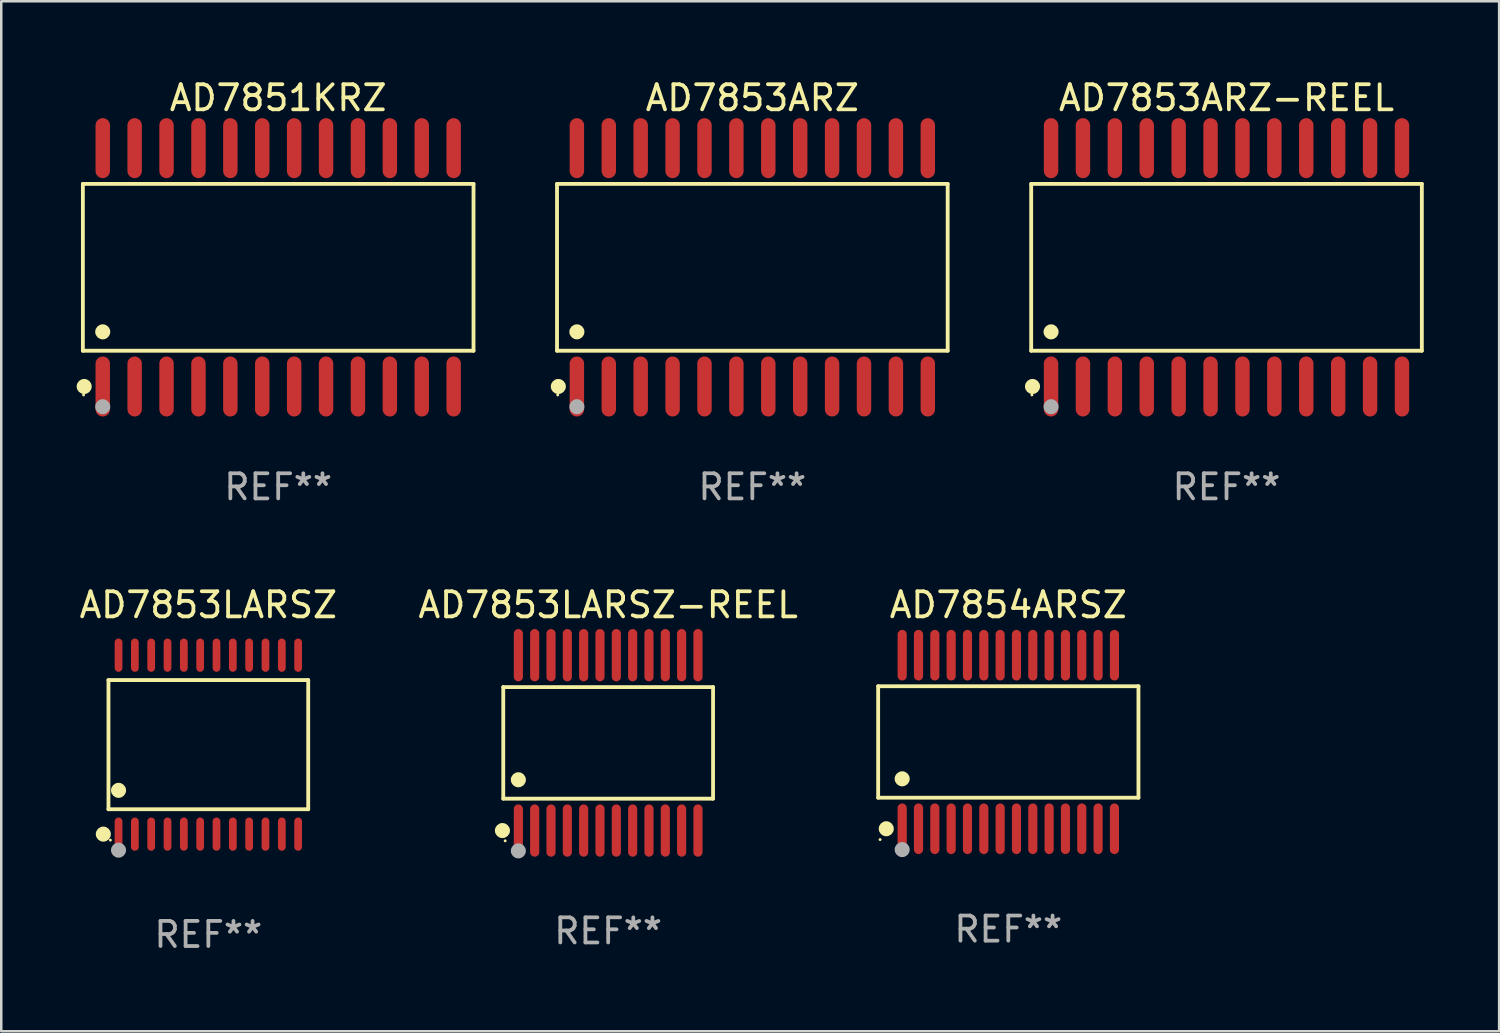
<source format=kicad_pcb>
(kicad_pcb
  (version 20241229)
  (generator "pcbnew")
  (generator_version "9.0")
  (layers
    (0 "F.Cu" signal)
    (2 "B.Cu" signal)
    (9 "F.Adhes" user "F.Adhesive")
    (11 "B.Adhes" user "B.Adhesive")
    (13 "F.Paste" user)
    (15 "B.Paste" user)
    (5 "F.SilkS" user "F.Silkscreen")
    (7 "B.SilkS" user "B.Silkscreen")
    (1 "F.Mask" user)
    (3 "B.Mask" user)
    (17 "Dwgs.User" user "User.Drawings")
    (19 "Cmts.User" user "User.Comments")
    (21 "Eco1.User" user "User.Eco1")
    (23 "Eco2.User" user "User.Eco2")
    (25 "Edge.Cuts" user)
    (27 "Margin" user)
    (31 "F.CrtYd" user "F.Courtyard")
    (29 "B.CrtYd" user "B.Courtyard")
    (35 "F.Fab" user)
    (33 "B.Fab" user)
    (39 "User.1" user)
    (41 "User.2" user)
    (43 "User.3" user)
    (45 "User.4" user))
  (footprint "AD7853LARSZ"
    (layer "F.Cu")
    (at 5.244 26.595)
    (property "Reference" "AD7853LARSZ" (at 0 -5.562 0) (layer "F.SilkS") (effects (font (size 1 1) (thickness 0.15))))
    (attr through_hole)
    (fp_line (start -3.976 -2.571) (end 3.976 -2.571) (stroke (width 0.152) (type solid)) (layer "F.SilkS"))
    (fp_line (start -3.976 2.571) (end -3.976 -2.571) (stroke (width 0.152) (type solid)) (layer "F.SilkS"))
    (fp_line (start 3.976 -2.571) (end 3.976 2.571) (stroke (width 0.152) (type solid)) (layer "F.SilkS"))
    (fp_line (start 3.976 2.571) (end -3.976 2.571) (stroke (width 0.152) (type solid)) (layer "F.SilkS"))
    (fp_circle (center -4.181 3.562) (end -4.031 3.562) (stroke (width 0.3) (type solid)) (fill no) (layer "F.SilkS"))
    (fp_circle (center -3.9 3.8) (end -3.87 3.8) (stroke (width 0.06) (type solid)) (fill no) (layer "F.SilkS"))
    (fp_circle (center -3.575 1.819) (end -3.425 1.819) (stroke (width 0.3) (type solid)) (fill no) (layer "F.SilkS"))
    (fp_circle (center -3.575 4.2) (end -3.425 4.2) (stroke (width 0.3) (type solid)) (fill no) (layer "F.Fab"))
    (fp_text user "REF**" (at 0 7.562 0) (layer "F.Fab") (effects (font (size 1 1) (thickness 0.15))))
    (pad "1" smd oval (at -3.575 3.562) (size 0.308 1.324) (layers "F.Cu" "F.Mask" "F.Paste"))
    (pad "2" smd oval (at -2.925 3.562) (size 0.308 1.324) (layers "F.Cu" "F.Mask" "F.Paste"))
    (pad "3" smd oval (at -2.275 3.562) (size 0.308 1.324) (layers "F.Cu" "F.Mask" "F.Paste"))
    (pad "4" smd oval (at -1.625 3.562) (size 0.308 1.324) (layers "F.Cu" "F.Mask" "F.Paste"))
    (pad "5" smd oval (at -0.975 3.562) (size 0.308 1.324) (layers "F.Cu" "F.Mask" "F.Paste"))
    (pad "6" smd oval (at -0.325 3.562) (size 0.308 1.324) (layers "F.Cu" "F.Mask" "F.Paste"))
    (pad "7" smd oval (at 0.325 3.562) (size 0.308 1.324) (layers "F.Cu" "F.Mask" "F.Paste"))
    (pad "8" smd oval (at 0.975 3.562) (size 0.308 1.324) (layers "F.Cu" "F.Mask" "F.Paste"))
    (pad "9" smd oval (at 1.625 3.562) (size 0.308 1.324) (layers "F.Cu" "F.Mask" "F.Paste"))
    (pad "10" smd oval (at 2.275 3.562) (size 0.308 1.324) (layers "F.Cu" "F.Mask" "F.Paste"))
    (pad "11" smd oval (at 2.925 3.562) (size 0.308 1.324) (layers "F.Cu" "F.Mask" "F.Paste"))
    (pad "12" smd oval (at 3.575 3.562) (size 0.308 1.324) (layers "F.Cu" "F.Mask" "F.Paste"))
    (pad "13" smd oval (at 3.575 -3.562) (size 0.308 1.324) (layers "F.Cu" "F.Mask" "F.Paste"))
    (pad "14" smd oval (at 2.925 -3.562) (size 0.308 1.324) (layers "F.Cu" "F.Mask" "F.Paste"))
    (pad "15" smd oval (at 2.275 -3.562) (size 0.308 1.324) (layers "F.Cu" "F.Mask" "F.Paste"))
    (pad "16" smd oval (at 1.625 -3.562) (size 0.308 1.324) (layers "F.Cu" "F.Mask" "F.Paste"))
    (pad "17" smd oval (at 0.975 -3.562) (size 0.308 1.324) (layers "F.Cu" "F.Mask" "F.Paste"))
    (pad "18" smd oval (at 0.325 -3.562) (size 0.308 1.324) (layers "F.Cu" "F.Mask" "F.Paste"))
    (pad "19" smd oval (at -0.325 -3.562) (size 0.308 1.324) (layers "F.Cu" "F.Mask" "F.Paste"))
    (pad "20" smd oval (at -0.975 -3.562) (size 0.308 1.324) (layers "F.Cu" "F.Mask" "F.Paste"))
    (pad "21" smd oval (at -1.625 -3.562) (size 0.308 1.324) (layers "F.Cu" "F.Mask" "F.Paste"))
    (pad "22" smd oval (at -2.275 -3.562) (size 0.308 1.324) (layers "F.Cu" "F.Mask" "F.Paste"))
    (pad "23" smd oval (at -2.925 -3.562) (size 0.308 1.324) (layers "F.Cu" "F.Mask" "F.Paste"))
    (pad "24" smd oval (at -3.575 -3.562) (size 0.308 1.324) (layers "F.Cu" "F.Mask" "F.Paste")))
  (footprint "AD7853ARZ"
    (layer "F.Cu")
    (at 26.901 7.592)
    (property "Reference" "AD7853ARZ" (at 0 -6.744 0) (layer "F.SilkS") (effects (font (size 1 1) (thickness 0.15))))
    (attr through_hole)
    (fp_line (start -7.776 -3.321) (end 7.776 -3.321) (stroke (width 0.152) (type solid)) (layer "F.SilkS"))
    (fp_line (start -7.776 3.321) (end -7.776 -3.321) (stroke (width 0.152) (type solid)) (layer "F.SilkS"))
    (fp_line (start 7.776 -3.321) (end 7.776 3.321) (stroke (width 0.152) (type solid)) (layer "F.SilkS"))
    (fp_line (start 7.776 3.321) (end -7.776 3.321) (stroke (width 0.152) (type solid)) (layer "F.SilkS"))
    (fp_circle (center -7.747 5.08) (end -7.717 5.08) (stroke (width 0.06) (type solid)) (fill no) (layer "F.SilkS"))
    (fp_circle (center -7.724 4.744) (end -7.574 4.744) (stroke (width 0.3) (type solid)) (fill no) (layer "F.SilkS"))
    (fp_circle (center -6.985 2.569) (end -6.835 2.569) (stroke (width 0.3) (type solid)) (fill no) (layer "F.SilkS"))
    (fp_circle (center -6.985 5.55) (end -6.835 5.55) (stroke (width 0.3) (type solid)) (fill no) (layer "F.Fab"))
    (fp_text user "REF**" (at 0 8.744 0) (layer "F.Fab") (effects (font (size 1 1) (thickness 0.15))))
    (pad "1" smd oval (at -6.985 4.744) (size 0.574 2.388) (layers "F.Cu" "F.Mask" "F.Paste"))
    (pad "2" smd oval (at -5.715 4.744) (size 0.574 2.388) (layers "F.Cu" "F.Mask" "F.Paste"))
    (pad "3" smd oval (at -4.445 4.744) (size 0.574 2.388) (layers "F.Cu" "F.Mask" "F.Paste"))
    (pad "4" smd oval (at -3.175 4.744) (size 0.574 2.388) (layers "F.Cu" "F.Mask" "F.Paste"))
    (pad "5" smd oval (at -1.905 4.744) (size 0.574 2.388) (layers "F.Cu" "F.Mask" "F.Paste"))
    (pad "6" smd oval (at -0.635 4.744) (size 0.574 2.388) (layers "F.Cu" "F.Mask" "F.Paste"))
    (pad "7" smd oval (at 0.635 4.744) (size 0.574 2.388) (layers "F.Cu" "F.Mask" "F.Paste"))
    (pad "8" smd oval (at 1.905 4.744) (size 0.574 2.388) (layers "F.Cu" "F.Mask" "F.Paste"))
    (pad "9" smd oval (at 3.175 4.744) (size 0.574 2.388) (layers "F.Cu" "F.Mask" "F.Paste"))
    (pad "10" smd oval (at 4.445 4.744) (size 0.574 2.388) (layers "F.Cu" "F.Mask" "F.Paste"))
    (pad "11" smd oval (at 5.715 4.744) (size 0.574 2.388) (layers "F.Cu" "F.Mask" "F.Paste"))
    (pad "12" smd oval (at 6.985 4.744) (size 0.574 2.388) (layers "F.Cu" "F.Mask" "F.Paste"))
    (pad "13" smd oval (at 6.985 -4.744) (size 0.574 2.388) (layers "F.Cu" "F.Mask" "F.Paste"))
    (pad "14" smd oval (at 5.715 -4.744) (size 0.574 2.388) (layers "F.Cu" "F.Mask" "F.Paste"))
    (pad "15" smd oval (at 4.445 -4.744) (size 0.574 2.388) (layers "F.Cu" "F.Mask" "F.Paste"))
    (pad "16" smd oval (at 3.175 -4.744) (size 0.574 2.388) (layers "F.Cu" "F.Mask" "F.Paste"))
    (pad "17" smd oval (at 1.905 -4.744) (size 0.574 2.388) (layers "F.Cu" "F.Mask" "F.Paste"))
    (pad "18" smd oval (at 0.635 -4.744) (size 0.574 2.388) (layers "F.Cu" "F.Mask" "F.Paste"))
    (pad "19" smd oval (at -0.635 -4.744) (size 0.574 2.388) (layers "F.Cu" "F.Mask" "F.Paste"))
    (pad "20" smd oval (at -1.905 -4.744) (size 0.574 2.388) (layers "F.Cu" "F.Mask" "F.Paste"))
    (pad "21" smd oval (at -3.175 -4.744) (size 0.574 2.388) (layers "F.Cu" "F.Mask" "F.Paste"))
    (pad "22" smd oval (at -4.445 -4.744) (size 0.574 2.388) (layers "F.Cu" "F.Mask" "F.Paste"))
    (pad "23" smd oval (at -5.715 -4.744) (size 0.574 2.388) (layers "F.Cu" "F.Mask" "F.Paste"))
    (pad "24" smd oval (at -6.985 -4.744) (size 0.574 2.388) (layers "F.Cu" "F.Mask" "F.Paste")))
  (footprint "AD7853LARSZ-REEL"
    (layer "F.Cu")
    (at 21.161 26.524)
    (property "Reference" "AD7853LARSZ-REEL" (at 0 -5.491 0) (layer "F.SilkS") (effects (font (size 1 1) (thickness 0.15))))
    (attr through_hole)
    (fp_line (start -4.176 -2.221) (end 4.176 -2.221) (stroke (width 0.152) (type solid)) (layer "F.SilkS"))
    (fp_line (start -4.176 2.221) (end -4.176 -2.221) (stroke (width 0.152) (type solid)) (layer "F.SilkS"))
    (fp_line (start 4.176 -2.221) (end 4.176 2.221) (stroke (width 0.152) (type solid)) (layer "F.SilkS"))
    (fp_line (start 4.176 2.221) (end -4.176 2.221) (stroke (width 0.152) (type solid)) (layer "F.SilkS"))
    (fp_circle (center -4.209 3.491) (end -4.059 3.491) (stroke (width 0.3) (type solid)) (fill no) (layer "F.SilkS"))
    (fp_circle (center -4.1 3.9) (end -4.07 3.9) (stroke (width 0.06) (type solid)) (fill no) (layer "F.SilkS"))
    (fp_circle (center -3.575 1.469) (end -3.425 1.469) (stroke (width 0.3) (type solid)) (fill no) (layer "F.SilkS"))
    (fp_circle (center -3.575 4.3) (end -3.425 4.3) (stroke (width 0.3) (type solid)) (fill no) (layer "F.Fab"))
    (fp_text user "REF**" (at 0 7.491 0) (layer "F.Fab") (effects (font (size 1 1) (thickness 0.15))))
    (pad "1" smd oval (at -3.575 3.491) (size 0.364 2.082) (layers "F.Cu" "F.Mask" "F.Paste"))
    (pad "2" smd oval (at -2.925 3.491) (size 0.364 2.082) (layers "F.Cu" "F.Mask" "F.Paste"))
    (pad "3" smd oval (at -2.275 3.491) (size 0.364 2.082) (layers "F.Cu" "F.Mask" "F.Paste"))
    (pad "4" smd oval (at -1.625 3.491) (size 0.364 2.082) (layers "F.Cu" "F.Mask" "F.Paste"))
    (pad "5" smd oval (at -0.975 3.491) (size 0.364 2.082) (layers "F.Cu" "F.Mask" "F.Paste"))
    (pad "6" smd oval (at -0.325 3.491) (size 0.364 2.082) (layers "F.Cu" "F.Mask" "F.Paste"))
    (pad "7" smd oval (at 0.325 3.491) (size 0.364 2.082) (layers "F.Cu" "F.Mask" "F.Paste"))
    (pad "8" smd oval (at 0.975 3.491) (size 0.364 2.082) (layers "F.Cu" "F.Mask" "F.Paste"))
    (pad "9" smd oval (at 1.625 3.491) (size 0.364 2.082) (layers "F.Cu" "F.Mask" "F.Paste"))
    (pad "10" smd oval (at 2.275 3.491) (size 0.364 2.082) (layers "F.Cu" "F.Mask" "F.Paste"))
    (pad "11" smd oval (at 2.925 3.491) (size 0.364 2.082) (layers "F.Cu" "F.Mask" "F.Paste"))
    (pad "12" smd oval (at 3.575 3.491) (size 0.364 2.082) (layers "F.Cu" "F.Mask" "F.Paste"))
    (pad "13" smd oval (at 3.575 -3.491) (size 0.364 2.082) (layers "F.Cu" "F.Mask" "F.Paste"))
    (pad "14" smd oval (at 2.925 -3.491) (size 0.364 2.082) (layers "F.Cu" "F.Mask" "F.Paste"))
    (pad "15" smd oval (at 2.275 -3.491) (size 0.364 2.082) (layers "F.Cu" "F.Mask" "F.Paste"))
    (pad "16" smd oval (at 1.625 -3.491) (size 0.364 2.082) (layers "F.Cu" "F.Mask" "F.Paste"))
    (pad "17" smd oval (at 0.975 -3.491) (size 0.364 2.082) (layers "F.Cu" "F.Mask" "F.Paste"))
    (pad "18" smd oval (at 0.325 -3.491) (size 0.364 2.082) (layers "F.Cu" "F.Mask" "F.Paste"))
    (pad "19" smd oval (at -0.325 -3.491) (size 0.364 2.082) (layers "F.Cu" "F.Mask" "F.Paste"))
    (pad "20" smd oval (at -0.975 -3.491) (size 0.364 2.082) (layers "F.Cu" "F.Mask" "F.Paste"))
    (pad "21" smd oval (at -1.625 -3.491) (size 0.364 2.082) (layers "F.Cu" "F.Mask" "F.Paste"))
    (pad "22" smd oval (at -2.275 -3.491) (size 0.364 2.082) (layers "F.Cu" "F.Mask" "F.Paste"))
    (pad "23" smd oval (at -2.925 -3.491) (size 0.364 2.082) (layers "F.Cu" "F.Mask" "F.Paste"))
    (pad "24" smd oval (at -3.575 -3.491) (size 0.364 2.082) (layers "F.Cu" "F.Mask" "F.Paste")))
  (footprint "AD7854ARSZ"
    (layer "F.Cu")
    (at 37.091 26.488)
    (property "Reference" "AD7854ARSZ" (at 0 -5.455 0) (layer "F.SilkS") (effects (font (size 1 1) (thickness 0.15))))
    (attr through_hole)
    (fp_line (start -5.181 -2.219) (end 5.181 -2.219) (stroke (width 0.152) (type solid)) (layer "F.SilkS"))
    (fp_line (start -5.181 2.219) (end -5.181 -2.219) (stroke (width 0.152) (type solid)) (layer "F.SilkS"))
    (fp_line (start 5.181 -2.219) (end 5.181 2.219) (stroke (width 0.152) (type solid)) (layer "F.SilkS"))
    (fp_line (start 5.181 2.219) (end -5.181 2.219) (stroke (width 0.152) (type solid)) (layer "F.SilkS"))
    (fp_circle (center -5.105 3.885) (end -5.075 3.885) (stroke (width 0.06) (type solid)) (fill no) (layer "F.SilkS"))
    (fp_circle (center -4.859 3.455) (end -4.709 3.455) (stroke (width 0.3) (type solid)) (fill no) (layer "F.SilkS"))
    (fp_circle (center -4.225 1.467) (end -4.075 1.467) (stroke (width 0.3) (type solid)) (fill no) (layer "F.SilkS"))
    (fp_circle (center -4.225 4.285) (end -4.075 4.285) (stroke (width 0.3) (type solid)) (fill no) (layer "F.Fab"))
    (fp_text user "REF**" (at 0 7.455 0) (layer "F.Fab") (effects (font (size 1 1) (thickness 0.15))))
    (pad "1" smd oval (at -4.225 3.455) (size 0.364 2.015) (layers "F.Cu" "F.Mask" "F.Paste"))
    (pad "2" smd oval (at -3.575 3.455) (size 0.364 2.015) (layers "F.Cu" "F.Mask" "F.Paste"))
    (pad "3" smd oval (at -2.925 3.455) (size 0.364 2.015) (layers "F.Cu" "F.Mask" "F.Paste"))
    (pad "4" smd oval (at -2.275 3.455) (size 0.364 2.015) (layers "F.Cu" "F.Mask" "F.Paste"))
    (pad "5" smd oval (at -1.625 3.455) (size 0.364 2.015) (layers "F.Cu" "F.Mask" "F.Paste"))
    (pad "6" smd oval (at -0.975 3.455) (size 0.364 2.015) (layers "F.Cu" "F.Mask" "F.Paste"))
    (pad "7" smd oval (at -0.325 3.455) (size 0.364 2.015) (layers "F.Cu" "F.Mask" "F.Paste"))
    (pad "8" smd oval (at 0.325 3.455) (size 0.364 2.015) (layers "F.Cu" "F.Mask" "F.Paste"))
    (pad "9" smd oval (at 0.975 3.455) (size 0.364 2.015) (layers "F.Cu" "F.Mask" "F.Paste"))
    (pad "10" smd oval (at 1.625 3.455) (size 0.364 2.015) (layers "F.Cu" "F.Mask" "F.Paste"))
    (pad "11" smd oval (at 2.275 3.455) (size 0.364 2.015) (layers "F.Cu" "F.Mask" "F.Paste"))
    (pad "12" smd oval (at 2.925 3.455) (size 0.364 2.015) (layers "F.Cu" "F.Mask" "F.Paste"))
    (pad "13" smd oval (at 3.575 3.455) (size 0.364 2.015) (layers "F.Cu" "F.Mask" "F.Paste"))
    (pad "14" smd oval (at 4.225 3.455) (size 0.364 2.015) (layers "F.Cu" "F.Mask" "F.Paste"))
    (pad "15" smd oval (at 4.225 -3.455) (size 0.364 2.015) (layers "F.Cu" "F.Mask" "F.Paste"))
    (pad "16" smd oval (at 3.575 -3.455) (size 0.364 2.015) (layers "F.Cu" "F.Mask" "F.Paste"))
    (pad "17" smd oval (at 2.925 -3.455) (size 0.364 2.015) (layers "F.Cu" "F.Mask" "F.Paste"))
    (pad "18" smd oval (at 2.275 -3.455) (size 0.364 2.015) (layers "F.Cu" "F.Mask" "F.Paste"))
    (pad "19" smd oval (at 1.625 -3.455) (size 0.364 2.015) (layers "F.Cu" "F.Mask" "F.Paste"))
    (pad "20" smd oval (at 0.975 -3.455) (size 0.364 2.015) (layers "F.Cu" "F.Mask" "F.Paste"))
    (pad "21" smd oval (at 0.325 -3.455) (size 0.364 2.015) (layers "F.Cu" "F.Mask" "F.Paste"))
    (pad "22" smd oval (at -0.325 -3.455) (size 0.364 2.015) (layers "F.Cu" "F.Mask" "F.Paste"))
    (pad "23" smd oval (at -0.975 -3.455) (size 0.364 2.015) (layers "F.Cu" "F.Mask" "F.Paste"))
    (pad "24" smd oval (at -1.625 -3.455) (size 0.364 2.015) (layers "F.Cu" "F.Mask" "F.Paste"))
    (pad "25" smd oval (at -2.275 -3.455) (size 0.364 2.015) (layers "F.Cu" "F.Mask" "F.Paste"))
    (pad "26" smd oval (at -2.925 -3.455) (size 0.364 2.015) (layers "F.Cu" "F.Mask" "F.Paste"))
    (pad "27" smd oval (at -3.575 -3.455) (size 0.364 2.015) (layers "F.Cu" "F.Mask" "F.Paste"))
    (pad "28" smd oval (at -4.225 -3.455) (size 0.364 2.015) (layers "F.Cu" "F.Mask" "F.Paste")))
  (footprint "AD7853ARZ-REEL"
    (layer "F.Cu")
    (at 45.778 7.592)
    (property "Reference" "AD7853ARZ-REEL" (at 0 -6.744 0) (layer "F.SilkS") (effects (font (size 1 1) (thickness 0.15))))
    (attr through_hole)
    (fp_line (start -7.776 -3.321) (end 7.776 -3.321) (stroke (width 0.152) (type solid)) (layer "F.SilkS"))
    (fp_line (start -7.776 3.321) (end -7.776 -3.321) (stroke (width 0.152) (type solid)) (layer "F.SilkS"))
    (fp_line (start 7.776 -3.321) (end 7.776 3.321) (stroke (width 0.152) (type solid)) (layer "F.SilkS"))
    (fp_line (start 7.776 3.321) (end -7.776 3.321) (stroke (width 0.152) (type solid)) (layer "F.SilkS"))
    (fp_circle (center -7.747 5.08) (end -7.717 5.08) (stroke (width 0.06) (type solid)) (fill no) (layer "F.SilkS"))
    (fp_circle (center -7.724 4.744) (end -7.574 4.744) (stroke (width 0.3) (type solid)) (fill no) (layer "F.SilkS"))
    (fp_circle (center -6.985 2.569) (end -6.835 2.569) (stroke (width 0.3) (type solid)) (fill no) (layer "F.SilkS"))
    (fp_circle (center -6.985 5.55) (end -6.835 5.55) (stroke (width 0.3) (type solid)) (fill no) (layer "F.Fab"))
    (fp_text user "REF**" (at 0 8.744 0) (layer "F.Fab") (effects (font (size 1 1) (thickness 0.15))))
    (pad "1" smd oval (at -6.985 4.744) (size 0.574 2.388) (layers "F.Cu" "F.Mask" "F.Paste"))
    (pad "2" smd oval (at -5.715 4.744) (size 0.574 2.388) (layers "F.Cu" "F.Mask" "F.Paste"))
    (pad "3" smd oval (at -4.445 4.744) (size 0.574 2.388) (layers "F.Cu" "F.Mask" "F.Paste"))
    (pad "4" smd oval (at -3.175 4.744) (size 0.574 2.388) (layers "F.Cu" "F.Mask" "F.Paste"))
    (pad "5" smd oval (at -1.905 4.744) (size 0.574 2.388) (layers "F.Cu" "F.Mask" "F.Paste"))
    (pad "6" smd oval (at -0.635 4.744) (size 0.574 2.388) (layers "F.Cu" "F.Mask" "F.Paste"))
    (pad "7" smd oval (at 0.635 4.744) (size 0.574 2.388) (layers "F.Cu" "F.Mask" "F.Paste"))
    (pad "8" smd oval (at 1.905 4.744) (size 0.574 2.388) (layers "F.Cu" "F.Mask" "F.Paste"))
    (pad "9" smd oval (at 3.175 4.744) (size 0.574 2.388) (layers "F.Cu" "F.Mask" "F.Paste"))
    (pad "10" smd oval (at 4.445 4.744) (size 0.574 2.388) (layers "F.Cu" "F.Mask" "F.Paste"))
    (pad "11" smd oval (at 5.715 4.744) (size 0.574 2.388) (layers "F.Cu" "F.Mask" "F.Paste"))
    (pad "12" smd oval (at 6.985 4.744) (size 0.574 2.388) (layers "F.Cu" "F.Mask" "F.Paste"))
    (pad "13" smd oval (at 6.985 -4.744) (size 0.574 2.388) (layers "F.Cu" "F.Mask" "F.Paste"))
    (pad "14" smd oval (at 5.715 -4.744) (size 0.574 2.388) (layers "F.Cu" "F.Mask" "F.Paste"))
    (pad "15" smd oval (at 4.445 -4.744) (size 0.574 2.388) (layers "F.Cu" "F.Mask" "F.Paste"))
    (pad "16" smd oval (at 3.175 -4.744) (size 0.574 2.388) (layers "F.Cu" "F.Mask" "F.Paste"))
    (pad "17" smd oval (at 1.905 -4.744) (size 0.574 2.388) (layers "F.Cu" "F.Mask" "F.Paste"))
    (pad "18" smd oval (at 0.635 -4.744) (size 0.574 2.388) (layers "F.Cu" "F.Mask" "F.Paste"))
    (pad "19" smd oval (at -0.635 -4.744) (size 0.574 2.388) (layers "F.Cu" "F.Mask" "F.Paste"))
    (pad "20" smd oval (at -1.905 -4.744) (size 0.574 2.388) (layers "F.Cu" "F.Mask" "F.Paste"))
    (pad "21" smd oval (at -3.175 -4.744) (size 0.574 2.388) (layers "F.Cu" "F.Mask" "F.Paste"))
    (pad "22" smd oval (at -4.445 -4.744) (size 0.574 2.388) (layers "F.Cu" "F.Mask" "F.Paste"))
    (pad "23" smd oval (at -5.715 -4.744) (size 0.574 2.388) (layers "F.Cu" "F.Mask" "F.Paste"))
    (pad "24" smd oval (at -6.985 -4.744) (size 0.574 2.388) (layers "F.Cu" "F.Mask" "F.Paste")))
  (footprint "AD7851KRZ"
    (layer "F.Cu")
    (at 8.025 7.592)
    (property "Reference" "AD7851KRZ" (at 0 -6.744 0) (layer "F.SilkS") (effects (font (size 1 1) (thickness 0.15))))
    (attr through_hole)
    (fp_line (start -7.776 -3.321) (end 7.776 -3.321) (stroke (width 0.152) (type solid)) (layer "F.SilkS"))
    (fp_line (start -7.776 3.321) (end -7.776 -3.321) (stroke (width 0.152) (type solid)) (layer "F.SilkS"))
    (fp_line (start 7.776 -3.321) (end 7.776 3.321) (stroke (width 0.152) (type solid)) (layer "F.SilkS"))
    (fp_line (start 7.776 3.321) (end -7.776 3.321) (stroke (width 0.152) (type solid)) (layer "F.SilkS"))
    (fp_circle (center -7.747 5.08) (end -7.717 5.08) (stroke (width 0.06) (type solid)) (fill no) (layer "F.SilkS"))
    (fp_circle (center -7.724 4.744) (end -7.574 4.744) (stroke (width 0.3) (type solid)) (fill no) (layer "F.SilkS"))
    (fp_circle (center -6.985 2.569) (end -6.835 2.569) (stroke (width 0.3) (type solid)) (fill no) (layer "F.SilkS"))
    (fp_circle (center -6.985 5.55) (end -6.835 5.55) (stroke (width 0.3) (type solid)) (fill no) (layer "F.Fab"))
    (fp_text user "REF**" (at 0 8.744 0) (layer "F.Fab") (effects (font (size 1 1) (thickness 0.15))))
    (pad "1" smd oval (at -6.985 4.744) (size 0.574 2.388) (layers "F.Cu" "F.Mask" "F.Paste"))
    (pad "2" smd oval (at -5.715 4.744) (size 0.574 2.388) (layers "F.Cu" "F.Mask" "F.Paste"))
    (pad "3" smd oval (at -4.445 4.744) (size 0.574 2.388) (layers "F.Cu" "F.Mask" "F.Paste"))
    (pad "4" smd oval (at -3.175 4.744) (size 0.574 2.388) (layers "F.Cu" "F.Mask" "F.Paste"))
    (pad "5" smd oval (at -1.905 4.744) (size 0.574 2.388) (layers "F.Cu" "F.Mask" "F.Paste"))
    (pad "6" smd oval (at -0.635 4.744) (size 0.574 2.388) (layers "F.Cu" "F.Mask" "F.Paste"))
    (pad "7" smd oval (at 0.635 4.744) (size 0.574 2.388) (layers "F.Cu" "F.Mask" "F.Paste"))
    (pad "8" smd oval (at 1.905 4.744) (size 0.574 2.388) (layers "F.Cu" "F.Mask" "F.Paste"))
    (pad "9" smd oval (at 3.175 4.744) (size 0.574 2.388) (layers "F.Cu" "F.Mask" "F.Paste"))
    (pad "10" smd oval (at 4.445 4.744) (size 0.574 2.388) (layers "F.Cu" "F.Mask" "F.Paste"))
    (pad "11" smd oval (at 5.715 4.744) (size 0.574 2.388) (layers "F.Cu" "F.Mask" "F.Paste"))
    (pad "12" smd oval (at 6.985 4.744) (size 0.574 2.388) (layers "F.Cu" "F.Mask" "F.Paste"))
    (pad "13" smd oval (at 6.985 -4.744) (size 0.574 2.388) (layers "F.Cu" "F.Mask" "F.Paste"))
    (pad "14" smd oval (at 5.715 -4.744) (size 0.574 2.388) (layers "F.Cu" "F.Mask" "F.Paste"))
    (pad "15" smd oval (at 4.445 -4.744) (size 0.574 2.388) (layers "F.Cu" "F.Mask" "F.Paste"))
    (pad "16" smd oval (at 3.175 -4.744) (size 0.574 2.388) (layers "F.Cu" "F.Mask" "F.Paste"))
    (pad "17" smd oval (at 1.905 -4.744) (size 0.574 2.388) (layers "F.Cu" "F.Mask" "F.Paste"))
    (pad "18" smd oval (at 0.635 -4.744) (size 0.574 2.388) (layers "F.Cu" "F.Mask" "F.Paste"))
    (pad "19" smd oval (at -0.635 -4.744) (size 0.574 2.388) (layers "F.Cu" "F.Mask" "F.Paste"))
    (pad "20" smd oval (at -1.905 -4.744) (size 0.574 2.388) (layers "F.Cu" "F.Mask" "F.Paste"))
    (pad "21" smd oval (at -3.175 -4.744) (size 0.574 2.388) (layers "F.Cu" "F.Mask" "F.Paste"))
    (pad "22" smd oval (at -4.445 -4.744) (size 0.574 2.388) (layers "F.Cu" "F.Mask" "F.Paste"))
    (pad "23" smd oval (at -5.715 -4.744) (size 0.574 2.388) (layers "F.Cu" "F.Mask" "F.Paste"))
    (pad "24" smd oval (at -6.985 -4.744) (size 0.574 2.388) (layers "F.Cu" "F.Mask" "F.Paste")))
  (gr_rect
    (start -3 -3)
    (end 56.631 38.005)
    (stroke (width 0.1) (type default))
    (fill no)
    (layer "Edge.Cuts")))
</source>
